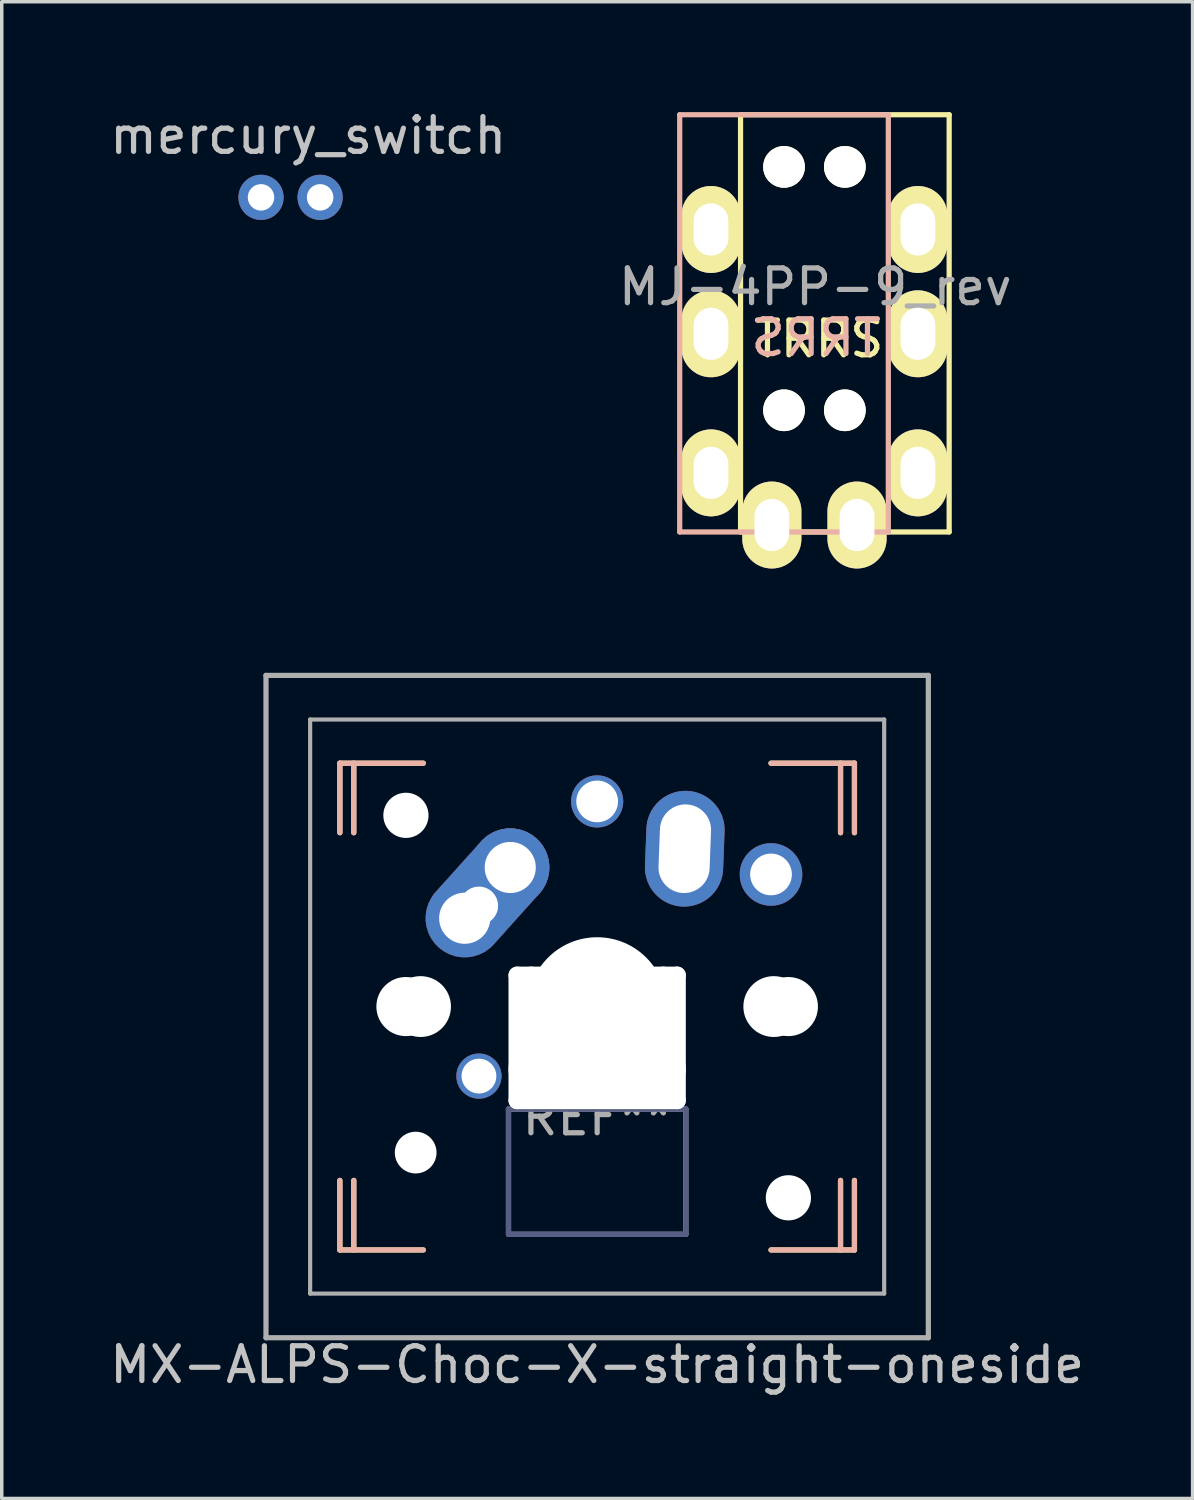
<source format=kicad_pcb>
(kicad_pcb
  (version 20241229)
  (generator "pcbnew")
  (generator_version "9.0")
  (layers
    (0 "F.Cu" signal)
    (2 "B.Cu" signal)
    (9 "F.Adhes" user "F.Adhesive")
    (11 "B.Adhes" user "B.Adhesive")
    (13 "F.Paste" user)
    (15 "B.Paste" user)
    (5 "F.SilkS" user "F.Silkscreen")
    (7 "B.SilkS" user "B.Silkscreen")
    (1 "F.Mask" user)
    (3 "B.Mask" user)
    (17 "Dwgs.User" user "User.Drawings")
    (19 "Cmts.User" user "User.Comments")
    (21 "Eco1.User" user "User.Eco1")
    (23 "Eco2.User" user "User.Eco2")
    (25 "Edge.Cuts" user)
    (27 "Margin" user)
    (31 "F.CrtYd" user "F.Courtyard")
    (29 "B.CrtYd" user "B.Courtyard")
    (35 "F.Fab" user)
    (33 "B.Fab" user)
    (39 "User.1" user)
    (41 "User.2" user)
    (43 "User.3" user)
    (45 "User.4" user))
  (footprint "MX-ALPS-Choc-X-straight-oneside"
    (layer "F.Cu")
    (at 14.125 25.9)
    (property "Reference" "MX-ALPS-Choc-X-straight-oneside" (at 0 10.3 0) (layer "Dwgs.User") (effects (font (size 1 1) (thickness 0.15))))
    (attr through_hole)
    (fp_line (start -7.4 -7) (end -7.4 -5) (stroke (width 0.15) (type solid)) (layer "F.SilkS"))
    (fp_line (start -7.4 5) (end -7.4 7) (stroke (width 0.15) (type solid)) (layer "F.SilkS"))
    (fp_line (start -7.4 7) (end -5 7) (stroke (width 0.15) (type solid)) (layer "F.SilkS"))
    (fp_line (start -7 -7) (end -7 -5) (stroke (width 0.15) (type solid)) (layer "F.SilkS"))
    (fp_line (start -7 5) (end -7 7) (stroke (width 0.15) (type solid)) (layer "F.SilkS"))
    (fp_line (start -5 -7) (end -7.4 -7) (stroke (width 0.15) (type solid)) (layer "F.SilkS"))
    (fp_line (start 7 -5) (end 7 -7) (stroke (width 0.15) (type solid)) (layer "F.SilkS"))
    (fp_line (start 7 5) (end 7 7) (stroke (width 0.15) (type solid)) (layer "F.SilkS"))
    (fp_line (start 7.4 -7) (end 5 -7) (stroke (width 0.15) (type solid)) (layer "F.SilkS"))
    (fp_line (start 7.4 -5) (end 7.4 -7) (stroke (width 0.15) (type solid)) (layer "F.SilkS"))
    (fp_line (start 7.4 5) (end 7.4 7) (stroke (width 0.15) (type solid)) (layer "F.SilkS"))
    (fp_line (start 7.4 7) (end 5 7) (stroke (width 0.15) (type solid)) (layer "F.SilkS"))
    (fp_line (start -7.4 -7) (end -7.4 -5) (stroke (width 0.15) (type solid)) (layer "B.SilkS"))
    (fp_line (start -7.4 5) (end -7.4 7) (stroke (width 0.15) (type solid)) (layer "B.SilkS"))
    (fp_line (start -7.4 7) (end -5 7) (stroke (width 0.15) (type solid)) (layer "B.SilkS"))
    (fp_line (start -7 -7) (end -7 -5) (stroke (width 0.15) (type solid)) (layer "B.SilkS"))
    (fp_line (start -7 5) (end -7 7) (stroke (width 0.15) (type solid)) (layer "B.SilkS"))
    (fp_line (start -5 -7) (end -7.4 -7) (stroke (width 0.15) (type solid)) (layer "B.SilkS"))
    (fp_line (start 5 -7) (end 7.4 -7) (stroke (width 0.15) (type solid)) (layer "B.SilkS"))
    (fp_line (start 5 7) (end 7.4 7) (stroke (width 0.15) (type solid)) (layer "B.SilkS"))
    (fp_line (start 7 -7) (end 7 -5) (stroke (width 0.15) (type solid)) (layer "B.SilkS"))
    (fp_line (start 7 7) (end 7 5) (stroke (width 0.15) (type solid)) (layer "B.SilkS"))
    (fp_line (start 7.4 -7) (end 7.4 -5) (stroke (width 0.15) (type solid)) (layer "B.SilkS"))
    (fp_line (start 7.4 7) (end 7.4 5) (stroke (width 0.15) (type solid)) (layer "B.SilkS"))
    (fp_line (start -2.55 2.95) (end 2.55 2.95) (stroke (width 0.15) (type solid)) (layer "B.Fab"))
    (fp_line (start -2.55 6.55) (end -2.55 2.95) (stroke (width 0.15) (type solid)) (layer "B.Fab"))
    (fp_line (start 2.55 2.95) (end 2.55 6.55) (stroke (width 0.15) (type solid)) (layer "B.Fab"))
    (fp_line (start 2.55 6.55) (end -2.55 6.55) (stroke (width 0.15) (type solid)) (layer "B.Fab"))
    (fp_line (start -9.525 -9.525) (end 9.525 -9.525) (stroke (width 0.15) (type solid)) (layer "F.Fab"))
    (fp_line (start -9.525 9.525) (end -9.525 -9.525) (stroke (width 0.15) (type solid)) (layer "F.Fab"))
    (fp_line (start -8.255 -8.255) (end 8.255 -8.255) (stroke (width 0.12) (type solid)) (layer "F.Fab"))
    (fp_line (start -8.255 8.255) (end -8.255 -8.255) (stroke (width 0.12) (type solid)) (layer "F.Fab"))
    (fp_line (start -2.55 2.95) (end -2.55 6.55) (stroke (width 0.15) (type solid)) (layer "F.Fab"))
    (fp_line (start -2.55 6.55) (end 2.55 6.55) (stroke (width 0.15) (type solid)) (layer "F.Fab"))
    (fp_line (start 2.55 2.95) (end -2.55 2.95) (stroke (width 0.15) (type solid)) (layer "F.Fab"))
    (fp_line (start 2.55 6.55) (end 2.55 2.95) (stroke (width 0.15) (type solid)) (layer "F.Fab"))
    (fp_line (start 8.255 -8.255) (end 8.255 8.255) (stroke (width 0.12) (type solid)) (layer "F.Fab"))
    (fp_line (start 8.255 8.255) (end -8.255 8.255) (stroke (width 0.12) (type solid)) (layer "F.Fab"))
    (fp_line (start 9.525 -9.525) (end 9.525 9.525) (stroke (width 0.15) (type solid)) (layer "F.Fab"))
    (fp_line (start 9.525 9.525) (end -9.525 9.525) (stroke (width 0.15) (type solid)) (layer "F.Fab"))
    (fp_text user "REF**" (at 0 3.175 0) (layer "F.Fab") (effects (font (size 1 1) (thickness 0.15))))
    (pad "" np_thru_hole circle (at -5.5 -5.5 180) (size 1.3 1.3) (drill 1.3) (layers "*.Cu" "*.Mask"))
    (pad "" np_thru_hole circle (at -5.5 0 48.1) (size 1.7 1.7) (drill 1.7) (layers "*.Cu" "*.Mask"))
    (pad "" np_thru_hole circle (at -5.22 4.2 48.1) (size 1.2 1.2) (drill 1.2) (layers "*.Cu" "*.Mask"))
    (pad "" np_thru_hole circle (at -5.08 0 48.1) (size 1.75 1.75) (drill 1.75) (layers "*.Cu" "*.Mask"))
    (pad "" np_thru_hole oval (at -2.3 0.9) (size 0.5 4.1) (drill oval 0.5 4.1) (layers "*.Cu" "*.Mask"))
    (pad "" np_thru_hole oval (at -1.9 0.9) (size 0.5 4.1) (drill oval 0.5 4.1) (layers "*.Cu" "*.Mask"))
    (pad "" np_thru_hole oval (at 0 -0.9) (size 5.1 0.5) (drill oval 5.1 0.5) (layers "*.Cu" "*.Mask"))
    (pad "" np_thru_hole circle (at 0 0) (size 3.988 3.988) (drill 3.988) (layers "*.Cu" "*.Mask"))
    (pad "" np_thru_hole oval (at 0 1.8) (size 5.1 1.5) (drill oval 5.1 1.5) (layers "*.Cu" "*.Mask"))
    (pad "" np_thru_hole oval (at 0 2.7) (size 5.1 0.5) (drill oval 5.1 0.5) (layers "*.Cu" "*.Mask"))
    (pad "" np_thru_hole oval (at 1.905 0.899) (size 0.5 4.1) (drill oval 0.5 4.1) (layers "*.Cu" "*.Mask"))
    (pad "" np_thru_hole oval (at 2.3 0.9) (size 0.5 4.1) (drill oval 0.5 4.1) (layers "*.Cu" "*.Mask"))
    (pad "" np_thru_hole circle (at 5.08 0 48.1) (size 1.75 1.75) (drill 1.75) (layers "*.Cu" "*.Mask"))
    (pad "" np_thru_hole circle (at 5.5 5.5 180) (size 1.3 1.3) (drill 1.3) (layers "*.Cu" "*.Mask"))
    (pad "" np_thru_hole circle (at 5.5 0 48.1) (size 1.7 1.7) (drill 1.7) (layers "*.Cu" "*.Mask"))
    (pad "1" thru_hole circle (at -3.4 2 180) (size 1.3 1.3) (drill 1) (layers "*.Cu" "*.Mask"))
    (pad "1" thru_hole oval (at 2.52 -4.54 87.8) (size 3.33 2.25) (drill oval 2.55 1.47) (layers "*.Cu" "*.Mask"))
    (pad "1" thru_hole circle (at 5 -3.8) (size 1.8 1.8) (drill 1.2) (layers "*.Cu" "*.Mask"))
    (pad "2" thru_hole custom (at -3.81 -2.54) (size 2.25 2.25) (drill 1.47) (layers "*.Cu" "*.Mask") (options (anchor circle)) (primitives (gr_line (start 1.61 -1.16) (end 0.3 0.3) (width 1.4)) (gr_line (start 1.008 -1.758) (end -0.34 -0.26) (width 1.4)) (gr_arc (start 1.008433 -1.758425) (mid 1.609214 -1.760785) (end 1.61 -1.16) (width 1.4))))
    (pad "2" thru_hole circle (at -3.4 -2.9 180) (size 1.6 1.6) (drill 1.1) (layers "*.Cu" "*.Mask"))
    (pad "2" thru_hole circle (at -2.5 -4) (size 2.25 2.25) (drill 1.47) (layers "*.Cu" "B.Mask"))
    (pad "2" thru_hole circle (at 0 -5.9) (size 1.5 1.5) (drill 1.2) (layers "*.Cu" "*.Mask")))
  (footprint "mercury_switch"
    (layer "F.Cu")
    (at 5.307 2.626)
    (property "Reference" "mercury_switch" (at 0.508 -1.778 0) (layer "Dwgs.User") (effects (font (size 1 1) (thickness 0.15))))
    (attr through_hole)
    (pad "1" thru_hole circle (at 0.85 0) (size 1.3 1.3) (drill 0.762) (layers "*.Cu" "*.Mask"))
    (pad "2" thru_hole circle (at -0.85 0) (size 1.3 1.3) (drill 0.762) (layers "*.Cu" "*.Mask")))
  (footprint "MJ-4PP-9_rev"
    (layer "F.Cu")
    (at 21.249 0.25)
    (property "Reference" "MJ-4PP-9_rev" (at -0.85 4.95 0) (layer "F.Fab") (effects (font (size 1 1) (thickness 0.15))))
    (attr through_hole)
    (fp_line (start -3 0) (end 3 0) (stroke (width 0.15) (type solid)) (layer "F.SilkS"))
    (fp_line (start -3 12) (end -3 0) (stroke (width 0.15) (type solid)) (layer "F.SilkS"))
    (fp_line (start 3 0) (end 3 12) (stroke (width 0.15) (type solid)) (layer "F.SilkS"))
    (fp_line (start 3 12) (end -3 12) (stroke (width 0.15) (type solid)) (layer "F.SilkS"))
    (fp_line (start -4.75 0) (end 1.25 0) (stroke (width 0.15) (type solid)) (layer "B.SilkS"))
    (fp_line (start -4.75 12) (end -4.75 0) (stroke (width 0.15) (type solid)) (layer "B.SilkS"))
    (fp_line (start 1.25 0) (end 1.25 12) (stroke (width 0.15) (type solid)) (layer "B.SilkS"))
    (fp_line (start 1.25 12) (end -4.75 12) (stroke (width 0.15) (type solid)) (layer "B.SilkS"))
    (fp_text user "TRRS" (at -0.75 6.45 0) (layer "F.SilkS") (effects (font (size 1 1) (thickness 0.15))))
    (fp_text user "TRRS" (at -0.826 6.413 0) (layer "B.SilkS") (effects (font (size 1 1) (thickness 0.15)) (justify mirror)))
    (pad "" np_thru_hole circle (at -1.75 1.5) (size 1.2 1.2) (drill 1.2) (layers "*.Cu" "*.Mask" "F.SilkS"))
    (pad "" np_thru_hole circle (at -1.75 8.5) (size 1.2 1.2) (drill 1.2) (layers "*.Cu" "*.Mask" "F.SilkS"))
    (pad "" np_thru_hole circle (at 0 1.5) (size 1.2 1.2) (drill 1.2) (layers "*.Cu" "*.Mask" "F.SilkS"))
    (pad "" np_thru_hole circle (at 0 8.5) (size 1.2 1.2) (drill 1.2) (layers "*.Cu" "*.Mask" "F.SilkS"))
    (pad "1" thru_hole oval (at -2.1 11.8) (size 1.7 2.5) (drill oval 1 1.5) (layers "*.Cu" "*.Mask" "F.SilkS"))
    (pad "1" thru_hole oval (at 0.35 11.8) (size 1.7 2.5) (drill oval 1 1.5) (layers "*.Cu" "*.Mask" "F.SilkS"))
    (pad "2" thru_hole oval (at -3.85 3.3) (size 1.7 2.5) (drill oval 1 1.5) (layers "*.Cu" "*.Mask" "F.SilkS"))
    (pad "2" thru_hole oval (at 2.1 3.3) (size 1.7 2.5) (drill oval 1 1.5) (layers "*.Cu" "*.Mask" "F.SilkS"))
    (pad "3" thru_hole oval (at -3.85 6.3) (size 1.7 2.5) (drill oval 1 1.5) (layers "*.Cu" "*.Mask" "F.SilkS"))
    (pad "3" thru_hole oval (at 2.1 6.3) (size 1.7 2.5) (drill oval 1 1.5) (layers "*.Cu" "*.Mask" "F.SilkS"))
    (pad "4" thru_hole oval (at -3.85 10.3) (size 1.7 2.5) (drill oval 1 1.5) (layers "*.Cu" "*.Mask" "F.SilkS"))
    (pad "4" thru_hole oval (at 2.1 10.3) (size 1.7 2.5) (drill oval 1 1.5) (layers "*.Cu" "*.Mask" "F.SilkS")))
  (gr_rect
    (start -3 -3)
    (end 31.25 40.048)
    (stroke (width 0.1) (type default))
    (fill no)
    (layer "Edge.Cuts")))
</source>
